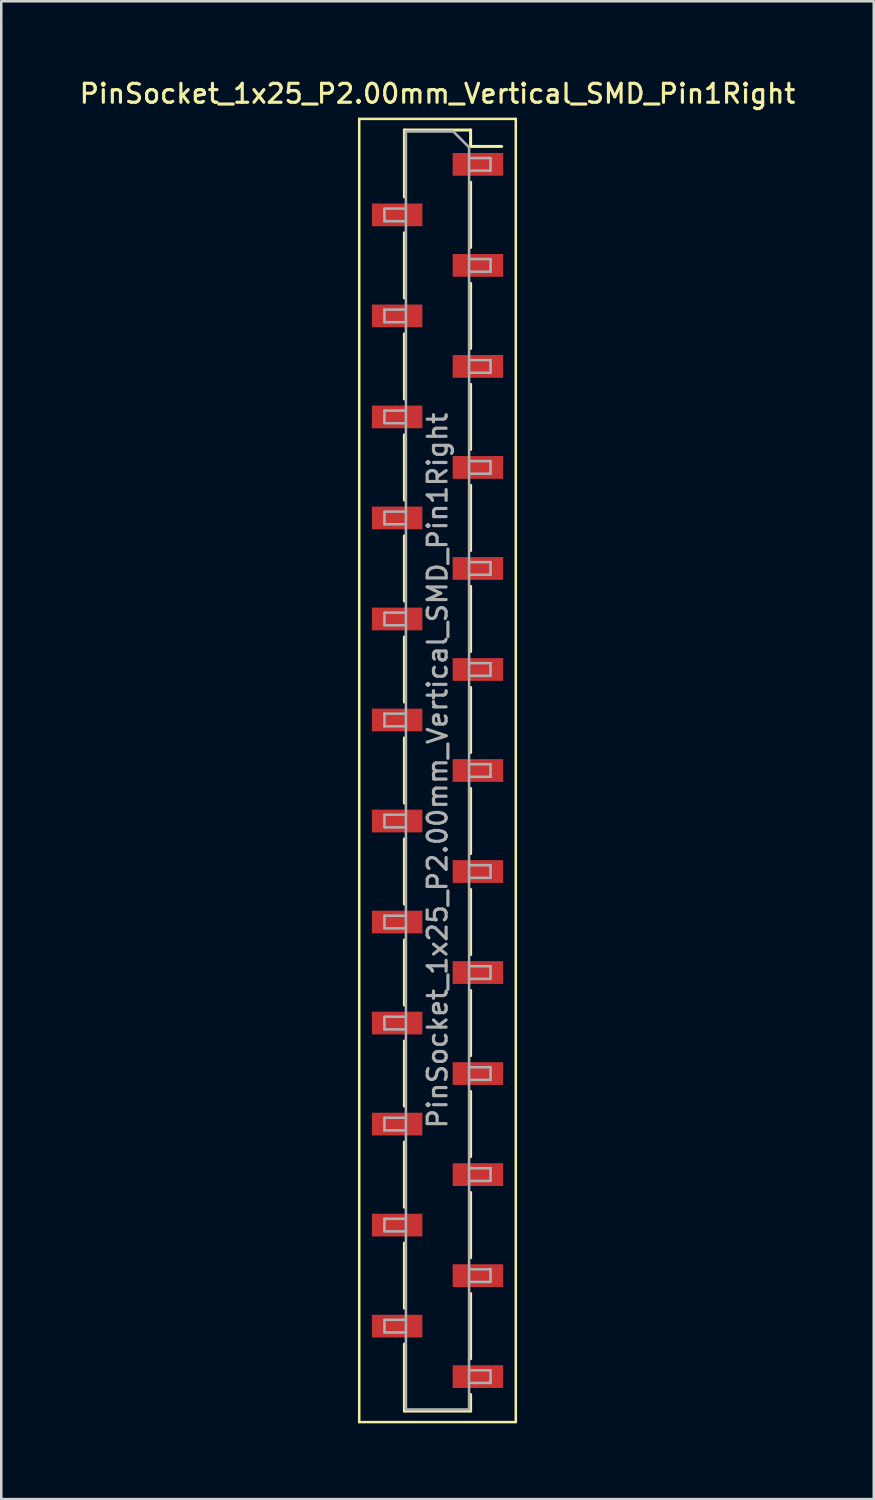
<source format=kicad_pcb>
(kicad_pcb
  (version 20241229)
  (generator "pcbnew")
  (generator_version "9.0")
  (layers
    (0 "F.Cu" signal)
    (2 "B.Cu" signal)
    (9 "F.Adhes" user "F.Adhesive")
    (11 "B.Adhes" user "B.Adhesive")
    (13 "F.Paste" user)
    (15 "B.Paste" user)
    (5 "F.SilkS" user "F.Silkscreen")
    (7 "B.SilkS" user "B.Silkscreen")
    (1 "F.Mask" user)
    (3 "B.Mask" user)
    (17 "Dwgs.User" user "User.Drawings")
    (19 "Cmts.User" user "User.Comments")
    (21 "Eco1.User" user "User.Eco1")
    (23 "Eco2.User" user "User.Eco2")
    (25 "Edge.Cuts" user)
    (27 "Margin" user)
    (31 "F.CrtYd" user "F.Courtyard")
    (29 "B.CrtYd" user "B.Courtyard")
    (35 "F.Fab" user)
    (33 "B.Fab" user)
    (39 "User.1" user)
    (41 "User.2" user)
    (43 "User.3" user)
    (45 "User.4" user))
  (footprint "PinSocket_1x25_P2.00mm_Vertical_SMD_Pin1Right"
    (layer "F.Cu")
    (at 14.273 27.458)
    (property "Reference" "PinSocket_1x25_P2.00mm_Vertical_SMD_Pin1Right" (at 0 -26.8 0) (layer "F.SilkS") (effects (font (size 0.75 0.75) (thickness 0.125))))
    (attr smd)
    (fp_line (start -3.1 -25.8) (end 3.1 -25.8) (stroke (width 0.1) (type solid)) (layer "F.SilkS"))
    (fp_line (start -3.1 25.8) (end -3.1 -25.8) (stroke (width 0.1) (type solid)) (layer "F.SilkS"))
    (fp_line (start -1.31 -25.36) (end -1.31 -22.71) (stroke (width 0.12) (type solid)) (layer "F.SilkS"))
    (fp_line (start -1.31 -25.36) (end 1.31 -25.36) (stroke (width 0.12) (type solid)) (layer "F.SilkS"))
    (fp_line (start -1.31 -21.29) (end -1.31 -18.71) (stroke (width 0.12) (type solid)) (layer "F.SilkS"))
    (fp_line (start -1.31 -17.29) (end -1.31 -14.71) (stroke (width 0.12) (type solid)) (layer "F.SilkS"))
    (fp_line (start -1.31 -13.29) (end -1.31 -10.71) (stroke (width 0.12) (type solid)) (layer "F.SilkS"))
    (fp_line (start -1.31 -9.29) (end -1.31 -6.71) (stroke (width 0.12) (type solid)) (layer "F.SilkS"))
    (fp_line (start -1.31 -5.29) (end -1.31 -2.71) (stroke (width 0.12) (type solid)) (layer "F.SilkS"))
    (fp_line (start -1.31 -1.29) (end -1.31 1.29) (stroke (width 0.12) (type solid)) (layer "F.SilkS"))
    (fp_line (start -1.31 2.71) (end -1.31 5.29) (stroke (width 0.12) (type solid)) (layer "F.SilkS"))
    (fp_line (start -1.31 6.71) (end -1.31 9.29) (stroke (width 0.12) (type solid)) (layer "F.SilkS"))
    (fp_line (start -1.31 10.71) (end -1.31 13.29) (stroke (width 0.12) (type solid)) (layer "F.SilkS"))
    (fp_line (start -1.31 14.71) (end -1.31 17.29) (stroke (width 0.12) (type solid)) (layer "F.SilkS"))
    (fp_line (start -1.31 18.71) (end -1.31 21.29) (stroke (width 0.12) (type solid)) (layer "F.SilkS"))
    (fp_line (start -1.31 22.71) (end -1.31 25.36) (stroke (width 0.12) (type solid)) (layer "F.SilkS"))
    (fp_line (start -1.31 25.36) (end 1.31 25.36) (stroke (width 0.12) (type solid)) (layer "F.SilkS"))
    (fp_line (start 1.31 -25.36) (end 1.31 -24.71) (stroke (width 0.12) (type solid)) (layer "F.SilkS"))
    (fp_line (start 1.31 -24.71) (end 2.54 -24.71) (stroke (width 0.12) (type solid)) (layer "F.SilkS"))
    (fp_line (start 1.31 -23.29) (end 1.31 -20.71) (stroke (width 0.12) (type solid)) (layer "F.SilkS"))
    (fp_line (start 1.31 -19.29) (end 1.31 -16.71) (stroke (width 0.12) (type solid)) (layer "F.SilkS"))
    (fp_line (start 1.31 -15.29) (end 1.31 -12.71) (stroke (width 0.12) (type solid)) (layer "F.SilkS"))
    (fp_line (start 1.31 -11.29) (end 1.31 -8.71) (stroke (width 0.12) (type solid)) (layer "F.SilkS"))
    (fp_line (start 1.31 -7.29) (end 1.31 -4.71) (stroke (width 0.12) (type solid)) (layer "F.SilkS"))
    (fp_line (start 1.31 -3.29) (end 1.31 -0.71) (stroke (width 0.12) (type solid)) (layer "F.SilkS"))
    (fp_line (start 1.31 0.71) (end 1.31 3.29) (stroke (width 0.12) (type solid)) (layer "F.SilkS"))
    (fp_line (start 1.31 4.71) (end 1.31 7.29) (stroke (width 0.12) (type solid)) (layer "F.SilkS"))
    (fp_line (start 1.31 8.71) (end 1.31 11.29) (stroke (width 0.12) (type solid)) (layer "F.SilkS"))
    (fp_line (start 1.31 12.71) (end 1.31 15.29) (stroke (width 0.12) (type solid)) (layer "F.SilkS"))
    (fp_line (start 1.31 16.71) (end 1.31 19.29) (stroke (width 0.12) (type solid)) (layer "F.SilkS"))
    (fp_line (start 1.31 20.71) (end 1.31 23.29) (stroke (width 0.12) (type solid)) (layer "F.SilkS"))
    (fp_line (start 1.31 24.71) (end 1.31 25.36) (stroke (width 0.12) (type solid)) (layer "F.SilkS"))
    (fp_line (start 3.1 -25.8) (end 3.1 25.8) (stroke (width 0.1) (type solid)) (layer "F.SilkS"))
    (fp_line (start 3.1 25.8) (end -3.1 25.8) (stroke (width 0.1) (type solid)) (layer "F.SilkS"))
    (fp_line (start -2.1 -22.25) (end -1.25 -22.25) (stroke (width 0.1) (type solid)) (layer "F.Fab"))
    (fp_line (start -2.1 -21.75) (end -2.1 -22.25) (stroke (width 0.1) (type solid)) (layer "F.Fab"))
    (fp_line (start -2.1 -18.25) (end -1.25 -18.25) (stroke (width 0.1) (type solid)) (layer "F.Fab"))
    (fp_line (start -2.1 -17.75) (end -2.1 -18.25) (stroke (width 0.1) (type solid)) (layer "F.Fab"))
    (fp_line (start -2.1 -14.25) (end -1.25 -14.25) (stroke (width 0.1) (type solid)) (layer "F.Fab"))
    (fp_line (start -2.1 -13.75) (end -2.1 -14.25) (stroke (width 0.1) (type solid)) (layer "F.Fab"))
    (fp_line (start -2.1 -10.25) (end -1.25 -10.25) (stroke (width 0.1) (type solid)) (layer "F.Fab"))
    (fp_line (start -2.1 -9.75) (end -2.1 -10.25) (stroke (width 0.1) (type solid)) (layer "F.Fab"))
    (fp_line (start -2.1 -6.25) (end -1.25 -6.25) (stroke (width 0.1) (type solid)) (layer "F.Fab"))
    (fp_line (start -2.1 -5.75) (end -2.1 -6.25) (stroke (width 0.1) (type solid)) (layer "F.Fab"))
    (fp_line (start -2.1 -2.25) (end -1.25 -2.25) (stroke (width 0.1) (type solid)) (layer "F.Fab"))
    (fp_line (start -2.1 -1.75) (end -2.1 -2.25) (stroke (width 0.1) (type solid)) (layer "F.Fab"))
    (fp_line (start -2.1 1.75) (end -1.25 1.75) (stroke (width 0.1) (type solid)) (layer "F.Fab"))
    (fp_line (start -2.1 2.25) (end -2.1 1.75) (stroke (width 0.1) (type solid)) (layer "F.Fab"))
    (fp_line (start -2.1 5.75) (end -1.25 5.75) (stroke (width 0.1) (type solid)) (layer "F.Fab"))
    (fp_line (start -2.1 6.25) (end -2.1 5.75) (stroke (width 0.1) (type solid)) (layer "F.Fab"))
    (fp_line (start -2.1 9.75) (end -1.25 9.75) (stroke (width 0.1) (type solid)) (layer "F.Fab"))
    (fp_line (start -2.1 10.25) (end -2.1 9.75) (stroke (width 0.1) (type solid)) (layer "F.Fab"))
    (fp_line (start -2.1 13.75) (end -1.25 13.75) (stroke (width 0.1) (type solid)) (layer "F.Fab"))
    (fp_line (start -2.1 14.25) (end -2.1 13.75) (stroke (width 0.1) (type solid)) (layer "F.Fab"))
    (fp_line (start -2.1 17.75) (end -1.25 17.75) (stroke (width 0.1) (type solid)) (layer "F.Fab"))
    (fp_line (start -2.1 18.25) (end -2.1 17.75) (stroke (width 0.1) (type solid)) (layer "F.Fab"))
    (fp_line (start -2.1 21.75) (end -1.25 21.75) (stroke (width 0.1) (type solid)) (layer "F.Fab"))
    (fp_line (start -2.1 22.25) (end -2.1 21.75) (stroke (width 0.1) (type solid)) (layer "F.Fab"))
    (fp_line (start -1.25 -25.3) (end 0.625 -25.3) (stroke (width 0.1) (type solid)) (layer "F.Fab"))
    (fp_line (start -1.25 -21.75) (end -2.1 -21.75) (stroke (width 0.1) (type solid)) (layer "F.Fab"))
    (fp_line (start -1.25 -17.75) (end -2.1 -17.75) (stroke (width 0.1) (type solid)) (layer "F.Fab"))
    (fp_line (start -1.25 -13.75) (end -2.1 -13.75) (stroke (width 0.1) (type solid)) (layer "F.Fab"))
    (fp_line (start -1.25 -9.75) (end -2.1 -9.75) (stroke (width 0.1) (type solid)) (layer "F.Fab"))
    (fp_line (start -1.25 -5.75) (end -2.1 -5.75) (stroke (width 0.1) (type solid)) (layer "F.Fab"))
    (fp_line (start -1.25 -1.75) (end -2.1 -1.75) (stroke (width 0.1) (type solid)) (layer "F.Fab"))
    (fp_line (start -1.25 2.25) (end -2.1 2.25) (stroke (width 0.1) (type solid)) (layer "F.Fab"))
    (fp_line (start -1.25 6.25) (end -2.1 6.25) (stroke (width 0.1) (type solid)) (layer "F.Fab"))
    (fp_line (start -1.25 10.25) (end -2.1 10.25) (stroke (width 0.1) (type solid)) (layer "F.Fab"))
    (fp_line (start -1.25 14.25) (end -2.1 14.25) (stroke (width 0.1) (type solid)) (layer "F.Fab"))
    (fp_line (start -1.25 18.25) (end -2.1 18.25) (stroke (width 0.1) (type solid)) (layer "F.Fab"))
    (fp_line (start -1.25 22.25) (end -2.1 22.25) (stroke (width 0.1) (type solid)) (layer "F.Fab"))
    (fp_line (start -1.25 25.3) (end -1.25 -25.3) (stroke (width 0.1) (type solid)) (layer "F.Fab"))
    (fp_line (start 0.625 -25.3) (end 1.25 -24.675) (stroke (width 0.1) (type solid)) (layer "F.Fab"))
    (fp_line (start 1.25 -24.675) (end 1.25 25.3) (stroke (width 0.1) (type solid)) (layer "F.Fab"))
    (fp_line (start 1.25 -24.25) (end 2.1 -24.25) (stroke (width 0.1) (type solid)) (layer "F.Fab"))
    (fp_line (start 1.25 -20.25) (end 2.1 -20.25) (stroke (width 0.1) (type solid)) (layer "F.Fab"))
    (fp_line (start 1.25 -16.25) (end 2.1 -16.25) (stroke (width 0.1) (type solid)) (layer "F.Fab"))
    (fp_line (start 1.25 -12.25) (end 2.1 -12.25) (stroke (width 0.1) (type solid)) (layer "F.Fab"))
    (fp_line (start 1.25 -8.25) (end 2.1 -8.25) (stroke (width 0.1) (type solid)) (layer "F.Fab"))
    (fp_line (start 1.25 -4.25) (end 2.1 -4.25) (stroke (width 0.1) (type solid)) (layer "F.Fab"))
    (fp_line (start 1.25 -0.25) (end 2.1 -0.25) (stroke (width 0.1) (type solid)) (layer "F.Fab"))
    (fp_line (start 1.25 3.75) (end 2.1 3.75) (stroke (width 0.1) (type solid)) (layer "F.Fab"))
    (fp_line (start 1.25 7.75) (end 2.1 7.75) (stroke (width 0.1) (type solid)) (layer "F.Fab"))
    (fp_line (start 1.25 11.75) (end 2.1 11.75) (stroke (width 0.1) (type solid)) (layer "F.Fab"))
    (fp_line (start 1.25 15.75) (end 2.1 15.75) (stroke (width 0.1) (type solid)) (layer "F.Fab"))
    (fp_line (start 1.25 19.75) (end 2.1 19.75) (stroke (width 0.1) (type solid)) (layer "F.Fab"))
    (fp_line (start 1.25 23.75) (end 2.1 23.75) (stroke (width 0.1) (type solid)) (layer "F.Fab"))
    (fp_line (start 1.25 25.3) (end -1.25 25.3) (stroke (width 0.1) (type solid)) (layer "F.Fab"))
    (fp_line (start 2.1 -24.25) (end 2.1 -23.75) (stroke (width 0.1) (type solid)) (layer "F.Fab"))
    (fp_line (start 2.1 -23.75) (end 1.25 -23.75) (stroke (width 0.1) (type solid)) (layer "F.Fab"))
    (fp_line (start 2.1 -20.25) (end 2.1 -19.75) (stroke (width 0.1) (type solid)) (layer "F.Fab"))
    (fp_line (start 2.1 -19.75) (end 1.25 -19.75) (stroke (width 0.1) (type solid)) (layer "F.Fab"))
    (fp_line (start 2.1 -16.25) (end 2.1 -15.75) (stroke (width 0.1) (type solid)) (layer "F.Fab"))
    (fp_line (start 2.1 -15.75) (end 1.25 -15.75) (stroke (width 0.1) (type solid)) (layer "F.Fab"))
    (fp_line (start 2.1 -12.25) (end 2.1 -11.75) (stroke (width 0.1) (type solid)) (layer "F.Fab"))
    (fp_line (start 2.1 -11.75) (end 1.25 -11.75) (stroke (width 0.1) (type solid)) (layer "F.Fab"))
    (fp_line (start 2.1 -8.25) (end 2.1 -7.75) (stroke (width 0.1) (type solid)) (layer "F.Fab"))
    (fp_line (start 2.1 -7.75) (end 1.25 -7.75) (stroke (width 0.1) (type solid)) (layer "F.Fab"))
    (fp_line (start 2.1 -4.25) (end 2.1 -3.75) (stroke (width 0.1) (type solid)) (layer "F.Fab"))
    (fp_line (start 2.1 -3.75) (end 1.25 -3.75) (stroke (width 0.1) (type solid)) (layer "F.Fab"))
    (fp_line (start 2.1 -0.25) (end 2.1 0.25) (stroke (width 0.1) (type solid)) (layer "F.Fab"))
    (fp_line (start 2.1 0.25) (end 1.25 0.25) (stroke (width 0.1) (type solid)) (layer "F.Fab"))
    (fp_line (start 2.1 3.75) (end 2.1 4.25) (stroke (width 0.1) (type solid)) (layer "F.Fab"))
    (fp_line (start 2.1 4.25) (end 1.25 4.25) (stroke (width 0.1) (type solid)) (layer "F.Fab"))
    (fp_line (start 2.1 7.75) (end 2.1 8.25) (stroke (width 0.1) (type solid)) (layer "F.Fab"))
    (fp_line (start 2.1 8.25) (end 1.25 8.25) (stroke (width 0.1) (type solid)) (layer "F.Fab"))
    (fp_line (start 2.1 11.75) (end 2.1 12.25) (stroke (width 0.1) (type solid)) (layer "F.Fab"))
    (fp_line (start 2.1 12.25) (end 1.25 12.25) (stroke (width 0.1) (type solid)) (layer "F.Fab"))
    (fp_line (start 2.1 15.75) (end 2.1 16.25) (stroke (width 0.1) (type solid)) (layer "F.Fab"))
    (fp_line (start 2.1 16.25) (end 1.25 16.25) (stroke (width 0.1) (type solid)) (layer "F.Fab"))
    (fp_line (start 2.1 19.75) (end 2.1 20.25) (stroke (width 0.1) (type solid)) (layer "F.Fab"))
    (fp_line (start 2.1 20.25) (end 1.25 20.25) (stroke (width 0.1) (type solid)) (layer "F.Fab"))
    (fp_line (start 2.1 23.75) (end 2.1 24.25) (stroke (width 0.1) (type solid)) (layer "F.Fab"))
    (fp_line (start 2.1 24.25) (end 1.25 24.25) (stroke (width 0.1) (type solid)) (layer "F.Fab"))
    (fp_text user "${REFERENCE}" (at 0 0 90) (layer "F.Fab") (effects (font (size 0.75 0.75) (thickness 0.125))))
    (pad "1" smd rect (at 1.6 -24) (size 2 0.9) (layers "F.Cu" "F.Mask" "F.Paste"))
    (pad "2" smd rect (at -1.6 -22) (size 2 0.9) (layers "F.Cu" "F.Mask" "F.Paste"))
    (pad "3" smd rect (at 1.6 -20) (size 2 0.9) (layers "F.Cu" "F.Mask" "F.Paste"))
    (pad "4" smd rect (at -1.6 -18) (size 2 0.9) (layers "F.Cu" "F.Mask" "F.Paste"))
    (pad "5" smd rect (at 1.6 -16) (size 2 0.9) (layers "F.Cu" "F.Mask" "F.Paste"))
    (pad "6" smd rect (at -1.6 -14) (size 2 0.9) (layers "F.Cu" "F.Mask" "F.Paste"))
    (pad "7" smd rect (at 1.6 -12) (size 2 0.9) (layers "F.Cu" "F.Mask" "F.Paste"))
    (pad "8" smd rect (at -1.6 -10) (size 2 0.9) (layers "F.Cu" "F.Mask" "F.Paste"))
    (pad "9" smd rect (at 1.6 -8) (size 2 0.9) (layers "F.Cu" "F.Mask" "F.Paste"))
    (pad "10" smd rect (at -1.6 -6) (size 2 0.9) (layers "F.Cu" "F.Mask" "F.Paste"))
    (pad "11" smd rect (at 1.6 -4) (size 2 0.9) (layers "F.Cu" "F.Mask" "F.Paste"))
    (pad "12" smd rect (at -1.6 -2) (size 2 0.9) (layers "F.Cu" "F.Mask" "F.Paste"))
    (pad "13" smd rect (at 1.6 0) (size 2 0.9) (layers "F.Cu" "F.Mask" "F.Paste"))
    (pad "14" smd rect (at -1.6 2) (size 2 0.9) (layers "F.Cu" "F.Mask" "F.Paste"))
    (pad "15" smd rect (at 1.6 4) (size 2 0.9) (layers "F.Cu" "F.Mask" "F.Paste"))
    (pad "16" smd rect (at -1.6 6) (size 2 0.9) (layers "F.Cu" "F.Mask" "F.Paste"))
    (pad "17" smd rect (at 1.6 8) (size 2 0.9) (layers "F.Cu" "F.Mask" "F.Paste"))
    (pad "18" smd rect (at -1.6 10) (size 2 0.9) (layers "F.Cu" "F.Mask" "F.Paste"))
    (pad "19" smd rect (at 1.6 12) (size 2 0.9) (layers "F.Cu" "F.Mask" "F.Paste"))
    (pad "20" smd rect (at -1.6 14) (size 2 0.9) (layers "F.Cu" "F.Mask" "F.Paste"))
    (pad "21" smd rect (at 1.6 16) (size 2 0.9) (layers "F.Cu" "F.Mask" "F.Paste"))
    (pad "22" smd rect (at -1.6 18) (size 2 0.9) (layers "F.Cu" "F.Mask" "F.Paste"))
    (pad "23" smd rect (at 1.6 20) (size 2 0.9) (layers "F.Cu" "F.Mask" "F.Paste"))
    (pad "24" smd rect (at -1.6 22) (size 2 0.9) (layers "F.Cu" "F.Mask" "F.Paste"))
    (pad "25" smd rect (at 1.6 24) (size 2 0.9) (layers "F.Cu" "F.Mask" "F.Paste")))
  (gr_rect
    (start -3 -3)
    (end 31.546 56.308)
    (stroke (width 0.1) (type default))
    (fill no)
    (layer "Edge.Cuts")))
</source>
